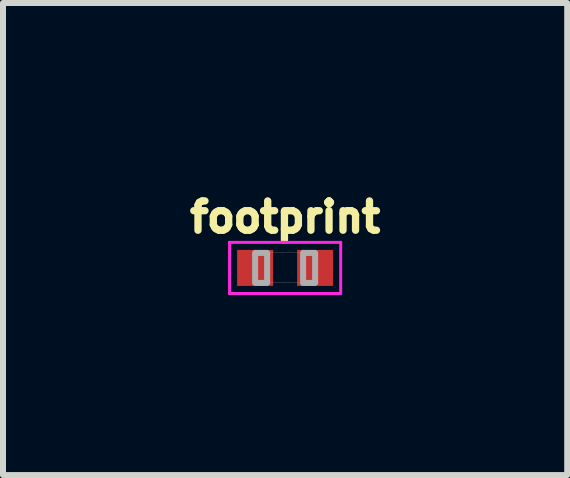
<source format=kicad_pcb>
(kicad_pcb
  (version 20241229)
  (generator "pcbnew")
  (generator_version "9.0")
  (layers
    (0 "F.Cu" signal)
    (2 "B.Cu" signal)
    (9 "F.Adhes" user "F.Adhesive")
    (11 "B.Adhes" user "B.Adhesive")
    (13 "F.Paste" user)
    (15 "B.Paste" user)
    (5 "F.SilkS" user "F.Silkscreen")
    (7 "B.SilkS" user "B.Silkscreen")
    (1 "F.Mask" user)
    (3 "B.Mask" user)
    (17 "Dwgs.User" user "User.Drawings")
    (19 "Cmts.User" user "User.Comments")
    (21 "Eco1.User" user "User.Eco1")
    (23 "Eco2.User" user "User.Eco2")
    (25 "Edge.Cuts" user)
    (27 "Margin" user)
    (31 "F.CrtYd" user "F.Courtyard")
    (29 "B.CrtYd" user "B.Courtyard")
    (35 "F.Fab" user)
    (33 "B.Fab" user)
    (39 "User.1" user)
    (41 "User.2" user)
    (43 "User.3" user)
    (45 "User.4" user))
  (footprint "footprint"
    (layer "F.Cu")
    (at 1.702 1.415)
    (property "Reference" "footprint" (at 0 -0.562 0) (layer "F.SilkS") (effects (font (size 0.488 0.488) (thickness 0.122)) (justify bottom)))
    (fp_line (start -0.926 -0.426) (end -0.926 0.426) (stroke (width 0.05) (type solid)) (layer "F.CrtYd"))
    (fp_line (start -0.926 0.426) (end 0.926 0.426) (stroke (width 0.05) (type solid)) (layer "F.CrtYd"))
    (fp_line (start 0.926 -0.426) (end -0.926 -0.426) (stroke (width 0.05) (type solid)) (layer "F.CrtYd"))
    (fp_line (start 0.926 0.426) (end 0.926 -0.426) (stroke (width 0.05) (type solid)) (layer "F.CrtYd"))
    (fp_line (start -0.5 -0.25) (end 0.5 -0.25) (stroke (width 0.003) (type solid)) (layer "F.Fab"))
    (fp_line (start -0.5 0.25) (end -0.5 -0.25) (stroke (width 0.003) (type solid)) (layer "F.Fab"))
    (fp_line (start 0.5 -0.25) (end 0.5 0.25) (stroke (width 0.003) (type solid)) (layer "F.Fab"))
    (fp_line (start 0.5 0.25) (end -0.5 0.25) (stroke (width 0.003) (type solid)) (layer "F.Fab"))
    (fp_poly (pts (xy -0.5 0.25) (xy -0.3 0.25) (xy -0.3 -0.25) (xy -0.5 -0.25)) (stroke (width 0.1) (type solid)) (fill no) (layer "F.Fab"))
    (fp_poly (pts (xy 0.5 -0.25) (xy 0.3 -0.25) (xy 0.3 0.25) (xy 0.5 0.25)) (stroke (width 0.1) (type solid)) (fill no) (layer "F.Fab"))
    (pad "1" smd rect (at -0.5 0) (size 0.6 0.6) (layers "F.Cu" "F.Mask"))
    (pad "2" smd rect (at 0.5 0) (size 0.6 0.6) (layers "F.Cu" "F.Mask")))
  (gr_rect
    (start -3 -3)
    (end 6.403 4.867)
    (stroke (width 0.1) (type default))
    (fill no)
    (layer "Edge.Cuts")))
</source>
